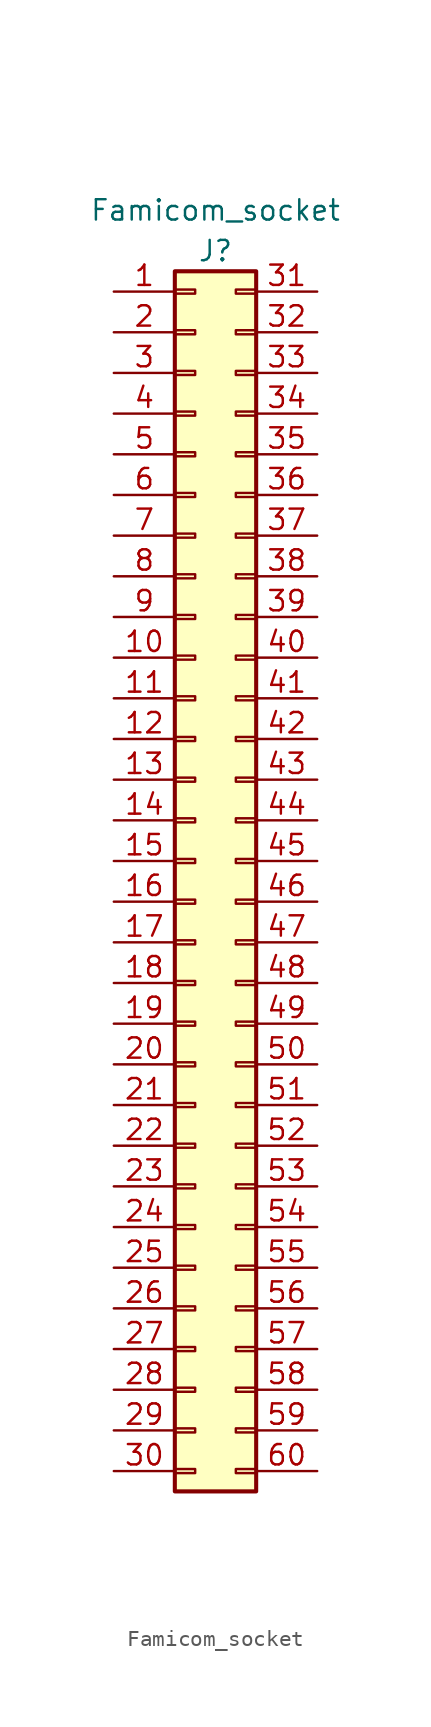
<source format=kicad_sym>
(kicad_symbol_lib
  (version 20211014)
  (generator kicad_symbol_editor)
  (symbol "Famicom_socket"
    (pin_names hide)
    (property "Reference" "J"
      (at 6.35 2.54 0)
      (effects (font (size 1.27 1.27))))
    (property "Value" "Famicom_socket"
      (at 6.35 5.08 0)
      (effects (font (size 1.27 1.27))))
    (symbol "Famicom_socket_1_1"
      (rectangle (start 3.81 -73.533) (end 5.08 -73.787) (stroke (width 0.152) (type default) (color 0 0 0 0)) (fill (type none)))
      (rectangle (start 3.81 -70.993) (end 5.08 -71.247) (stroke (width 0.152) (type default) (color 0 0 0 0)) (fill (type none)))
      (rectangle (start 3.81 -68.453) (end 5.08 -68.707) (stroke (width 0.152) (type default) (color 0 0 0 0)) (fill (type none)))
      (rectangle (start 3.81 -65.913) (end 5.08 -66.167) (stroke (width 0.152) (type default) (color 0 0 0 0)) (fill (type none)))
      (rectangle (start 3.81 -63.373) (end 5.08 -63.627) (stroke (width 0.152) (type default) (color 0 0 0 0)) (fill (type none)))
      (rectangle (start 3.81 -60.833) (end 5.08 -61.087) (stroke (width 0.152) (type default) (color 0 0 0 0)) (fill (type none)))
      (rectangle (start 3.81 -58.293) (end 5.08 -58.547) (stroke (width 0.152) (type default) (color 0 0 0 0)) (fill (type none)))
      (rectangle (start 3.81 -55.753) (end 5.08 -56.007) (stroke (width 0.152) (type default) (color 0 0 0 0)) (fill (type none)))
      (rectangle (start 3.81 -53.213) (end 5.08 -53.467) (stroke (width 0.152) (type default) (color 0 0 0 0)) (fill (type none)))
      (rectangle (start 3.81 -50.673) (end 5.08 -50.927) (stroke (width 0.152) (type default) (color 0 0 0 0)) (fill (type none)))
      (rectangle (start 3.81 -48.133) (end 5.08 -48.387) (stroke (width 0.152) (type default) (color 0 0 0 0)) (fill (type none)))
      (rectangle (start 3.81 -45.593) (end 5.08 -45.847) (stroke (width 0.152) (type default) (color 0 0 0 0)) (fill (type none)))
      (rectangle (start 3.81 -43.053) (end 5.08 -43.307) (stroke (width 0.152) (type default) (color 0 0 0 0)) (fill (type none)))
      (rectangle (start 3.81 -40.513) (end 5.08 -40.767) (stroke (width 0.152) (type default) (color 0 0 0 0)) (fill (type none)))
      (rectangle (start 3.81 -37.973) (end 5.08 -38.227) (stroke (width 0.152) (type default) (color 0 0 0 0)) (fill (type none)))
      (rectangle (start 3.81 -35.433) (end 5.08 -35.687) (stroke (width 0.152) (type default) (color 0 0 0 0)) (fill (type none)))
      (rectangle (start 3.81 -32.893) (end 5.08 -33.147) (stroke (width 0.152) (type default) (color 0 0 0 0)) (fill (type none)))
      (rectangle (start 3.81 -30.353) (end 5.08 -30.607) (stroke (width 0.152) (type default) (color 0 0 0 0)) (fill (type none)))
      (rectangle (start 3.81 -27.813) (end 5.08 -28.067) (stroke (width 0.152) (type default) (color 0 0 0 0)) (fill (type none)))
      (rectangle (start 3.81 -25.273) (end 5.08 -25.527) (stroke (width 0.152) (type default) (color 0 0 0 0)) (fill (type none)))
      (rectangle (start 3.81 -22.733) (end 5.08 -22.987) (stroke (width 0.152) (type default) (color 0 0 0 0)) (fill (type none)))
      (rectangle (start 3.81 -20.193) (end 5.08 -20.447) (stroke (width 0.152) (type default) (color 0 0 0 0)) (fill (type none)))
      (rectangle (start 3.81 -17.653) (end 5.08 -17.907) (stroke (width 0.152) (type default) (color 0 0 0 0)) (fill (type none)))
      (rectangle (start 3.81 -15.113) (end 5.08 -15.367) (stroke (width 0.152) (type default) (color 0 0 0 0)) (fill (type none)))
      (rectangle (start 3.81 -12.573) (end 5.08 -12.827) (stroke (width 0.152) (type default) (color 0 0 0 0)) (fill (type none)))
      (rectangle (start 3.81 -10.033) (end 5.08 -10.287) (stroke (width 0.152) (type default) (color 0 0 0 0)) (fill (type none)))
      (rectangle (start 3.81 -7.493) (end 5.08 -7.747) (stroke (width 0.152) (type default) (color 0 0 0 0)) (fill (type none)))
      (rectangle (start 3.81 -4.953) (end 5.08 -5.207) (stroke (width 0.152) (type default) (color 0 0 0 0)) (fill (type none)))
      (rectangle (start 3.81 -2.413) (end 5.08 -2.667) (stroke (width 0.152) (type default) (color 0 0 0 0)) (fill (type none)))
      (rectangle (start 3.81 0.127) (end 5.08 -0.127) (stroke (width 0.152) (type default) (color 0 0 0 0)) (fill (type none)))
      (rectangle (start 3.81 1.27) (end 8.89 -74.93) (stroke (width 0.254) (type default) (color 0 0 0 0)) (fill (type background)))
      (rectangle (start 8.89 -73.533) (end 7.62 -73.787) (stroke (width 0.152) (type default) (color 0 0 0 0)) (fill (type none)))
      (rectangle (start 8.89 -70.993) (end 7.62 -71.247) (stroke (width 0.152) (type default) (color 0 0 0 0)) (fill (type none)))
      (rectangle (start 8.89 -68.453) (end 7.62 -68.707) (stroke (width 0.152) (type default) (color 0 0 0 0)) (fill (type none)))
      (rectangle (start 8.89 -65.913) (end 7.62 -66.167) (stroke (width 0.152) (type default) (color 0 0 0 0)) (fill (type none)))
      (rectangle (start 8.89 -63.373) (end 7.62 -63.627) (stroke (width 0.152) (type default) (color 0 0 0 0)) (fill (type none)))
      (rectangle (start 8.89 -60.833) (end 7.62 -61.087) (stroke (width 0.152) (type default) (color 0 0 0 0)) (fill (type none)))
      (rectangle (start 8.89 -58.293) (end 7.62 -58.547) (stroke (width 0.152) (type default) (color 0 0 0 0)) (fill (type none)))
      (rectangle (start 8.89 -55.753) (end 7.62 -56.007) (stroke (width 0.152) (type default) (color 0 0 0 0)) (fill (type none)))
      (rectangle (start 8.89 -53.213) (end 7.62 -53.467) (stroke (width 0.152) (type default) (color 0 0 0 0)) (fill (type none)))
      (rectangle (start 8.89 -50.673) (end 7.62 -50.927) (stroke (width 0.152) (type default) (color 0 0 0 0)) (fill (type none)))
      (rectangle (start 8.89 -48.133) (end 7.62 -48.387) (stroke (width 0.152) (type default) (color 0 0 0 0)) (fill (type none)))
      (rectangle (start 8.89 -45.593) (end 7.62 -45.847) (stroke (width 0.152) (type default) (color 0 0 0 0)) (fill (type none)))
      (rectangle (start 8.89 -43.053) (end 7.62 -43.307) (stroke (width 0.152) (type default) (color 0 0 0 0)) (fill (type none)))
      (rectangle (start 8.89 -40.513) (end 7.62 -40.767) (stroke (width 0.152) (type default) (color 0 0 0 0)) (fill (type none)))
      (rectangle (start 8.89 -37.973) (end 7.62 -38.227) (stroke (width 0.152) (type default) (color 0 0 0 0)) (fill (type none)))
      (rectangle (start 8.89 -35.433) (end 7.62 -35.687) (stroke (width 0.152) (type default) (color 0 0 0 0)) (fill (type none)))
      (rectangle (start 8.89 -32.893) (end 7.62 -33.147) (stroke (width 0.152) (type default) (color 0 0 0 0)) (fill (type none)))
      (rectangle (start 8.89 -30.353) (end 7.62 -30.607) (stroke (width 0.152) (type default) (color 0 0 0 0)) (fill (type none)))
      (rectangle (start 8.89 -27.813) (end 7.62 -28.067) (stroke (width 0.152) (type default) (color 0 0 0 0)) (fill (type none)))
      (rectangle (start 8.89 -25.273) (end 7.62 -25.527) (stroke (width 0.152) (type default) (color 0 0 0 0)) (fill (type none)))
      (rectangle (start 8.89 -22.733) (end 7.62 -22.987) (stroke (width 0.152) (type default) (color 0 0 0 0)) (fill (type none)))
      (rectangle (start 8.89 -20.193) (end 7.62 -20.447) (stroke (width 0.152) (type default) (color 0 0 0 0)) (fill (type none)))
      (rectangle (start 8.89 -17.653) (end 7.62 -17.907) (stroke (width 0.152) (type default) (color 0 0 0 0)) (fill (type none)))
      (rectangle (start 8.89 -15.113) (end 7.62 -15.367) (stroke (width 0.152) (type default) (color 0 0 0 0)) (fill (type none)))
      (rectangle (start 8.89 -12.573) (end 7.62 -12.827) (stroke (width 0.152) (type default) (color 0 0 0 0)) (fill (type none)))
      (rectangle (start 8.89 -10.033) (end 7.62 -10.287) (stroke (width 0.152) (type default) (color 0 0 0 0)) (fill (type none)))
      (rectangle (start 8.89 -7.493) (end 7.62 -7.747) (stroke (width 0.152) (type default) (color 0 0 0 0)) (fill (type none)))
      (rectangle (start 8.89 -4.953) (end 7.62 -5.207) (stroke (width 0.152) (type default) (color 0 0 0 0)) (fill (type none)))
      (rectangle (start 8.89 -2.413) (end 7.62 -2.667) (stroke (width 0.152) (type default) (color 0 0 0 0)) (fill (type none)))
      (rectangle (start 8.89 0.127) (end 7.62 -0.127) (stroke (width 0.152) (type default) (color 0 0 0 0)) (fill (type none)))
      (pin passive line (at 0 0 0) (length 3.81) (name "Pin_1" (effects (font (size 1.27 1.27)))) (number "1" (effects (font (size 1.27 1.27)))))
      (pin passive line (at 0 -22.86 0) (length 3.81) (name "Pin_10" (effects (font (size 1.27 1.27)))) (number "10" (effects (font (size 1.27 1.27)))))
      (pin passive line (at 0 -25.4 0) (length 3.81) (name "Pin_11" (effects (font (size 1.27 1.27)))) (number "11" (effects (font (size 1.27 1.27)))))
      (pin passive line (at 0 -27.94 0) (length 3.81) (name "Pin_12" (effects (font (size 1.27 1.27)))) (number "12" (effects (font (size 1.27 1.27)))))
      (pin passive line (at 0 -30.48 0) (length 3.81) (name "Pin_13" (effects (font (size 1.27 1.27)))) (number "13" (effects (font (size 1.27 1.27)))))
      (pin passive line (at 0 -33.02 0) (length 3.81) (name "Pin_14" (effects (font (size 1.27 1.27)))) (number "14" (effects (font (size 1.27 1.27)))))
      (pin passive line (at 0 -35.56 0) (length 3.81) (name "Pin_15" (effects (font (size 1.27 1.27)))) (number "15" (effects (font (size 1.27 1.27)))))
      (pin passive line (at 0 -38.1 0) (length 3.81) (name "Pin_16" (effects (font (size 1.27 1.27)))) (number "16" (effects (font (size 1.27 1.27)))))
      (pin passive line (at 0 -40.64 0) (length 3.81) (name "Pin_17" (effects (font (size 1.27 1.27)))) (number "17" (effects (font (size 1.27 1.27)))))
      (pin passive line (at 0 -43.18 0) (length 3.81) (name "Pin_18" (effects (font (size 1.27 1.27)))) (number "18" (effects (font (size 1.27 1.27)))))
      (pin passive line (at 0 -45.72 0) (length 3.81) (name "Pin_19" (effects (font (size 1.27 1.27)))) (number "19" (effects (font (size 1.27 1.27)))))
      (pin passive line (at 0 -2.54 0) (length 3.81) (name "Pin_2" (effects (font (size 1.27 1.27)))) (number "2" (effects (font (size 1.27 1.27)))))
      (pin passive line (at 0 -48.26 0) (length 3.81) (name "Pin_20" (effects (font (size 1.27 1.27)))) (number "20" (effects (font (size 1.27 1.27)))))
      (pin passive line (at 0 -50.8 0) (length 3.81) (name "Pin_21" (effects (font (size 1.27 1.27)))) (number "21" (effects (font (size 1.27 1.27)))))
      (pin passive line (at 0 -53.34 0) (length 3.81) (name "Pin_22" (effects (font (size 1.27 1.27)))) (number "22" (effects (font (size 1.27 1.27)))))
      (pin passive line (at 0 -55.88 0) (length 3.81) (name "Pin_23" (effects (font (size 1.27 1.27)))) (number "23" (effects (font (size 1.27 1.27)))))
      (pin passive line (at 0 -58.42 0) (length 3.81) (name "Pin_24" (effects (font (size 1.27 1.27)))) (number "24" (effects (font (size 1.27 1.27)))))
      (pin passive line (at 0 -60.96 0) (length 3.81) (name "Pin_25" (effects (font (size 1.27 1.27)))) (number "25" (effects (font (size 1.27 1.27)))))
      (pin passive line (at 0 -63.5 0) (length 3.81) (name "Pin_26" (effects (font (size 1.27 1.27)))) (number "26" (effects (font (size 1.27 1.27)))))
      (pin passive line (at 0 -66.04 0) (length 3.81) (name "Pin_27" (effects (font (size 1.27 1.27)))) (number "27" (effects (font (size 1.27 1.27)))))
      (pin passive line (at 0 -68.58 0) (length 3.81) (name "Pin_28" (effects (font (size 1.27 1.27)))) (number "28" (effects (font (size 1.27 1.27)))))
      (pin passive line (at 0 -71.12 0) (length 3.81) (name "Pin_29" (effects (font (size 1.27 1.27)))) (number "29" (effects (font (size 1.27 1.27)))))
      (pin passive line (at 0 -5.08 0) (length 3.81) (name "Pin_3" (effects (font (size 1.27 1.27)))) (number "3" (effects (font (size 1.27 1.27)))))
      (pin passive line (at 0 -73.66 0) (length 3.81) (name "Pin_30" (effects (font (size 1.27 1.27)))) (number "30" (effects (font (size 1.27 1.27)))))
      (pin passive line (at 12.7 0 180) (length 3.81) (name "Pin_31" (effects (font (size 1.27 1.27)))) (number "31" (effects (font (size 1.27 1.27)))))
      (pin passive line (at 12.7 -2.54 180) (length 3.81) (name "Pin_32" (effects (font (size 1.27 1.27)))) (number "32" (effects (font (size 1.27 1.27)))))
      (pin passive line (at 12.7 -5.08 180) (length 3.81) (name "Pin_33" (effects (font (size 1.27 1.27)))) (number "33" (effects (font (size 1.27 1.27)))))
      (pin passive line (at 12.7 -7.62 180) (length 3.81) (name "Pin_34" (effects (font (size 1.27 1.27)))) (number "34" (effects (font (size 1.27 1.27)))))
      (pin passive line (at 12.7 -10.16 180) (length 3.81) (name "Pin_35" (effects (font (size 1.27 1.27)))) (number "35" (effects (font (size 1.27 1.27)))))
      (pin passive line (at 12.7 -12.7 180) (length 3.81) (name "Pin_36" (effects (font (size 1.27 1.27)))) (number "36" (effects (font (size 1.27 1.27)))))
      (pin passive line (at 12.7 -15.24 180) (length 3.81) (name "Pin_37" (effects (font (size 1.27 1.27)))) (number "37" (effects (font (size 1.27 1.27)))))
      (pin passive line (at 12.7 -17.78 180) (length 3.81) (name "Pin_38" (effects (font (size 1.27 1.27)))) (number "38" (effects (font (size 1.27 1.27)))))
      (pin passive line (at 12.7 -20.32 180) (length 3.81) (name "Pin_39" (effects (font (size 1.27 1.27)))) (number "39" (effects (font (size 1.27 1.27)))))
      (pin passive line (at 0 -7.62 0) (length 3.81) (name "Pin_4" (effects (font (size 1.27 1.27)))) (number "4" (effects (font (size 1.27 1.27)))))
      (pin passive line (at 12.7 -22.86 180) (length 3.81) (name "Pin_40" (effects (font (size 1.27 1.27)))) (number "40" (effects (font (size 1.27 1.27)))))
      (pin passive line (at 12.7 -25.4 180) (length 3.81) (name "Pin_41" (effects (font (size 1.27 1.27)))) (number "41" (effects (font (size 1.27 1.27)))))
      (pin passive line (at 12.7 -27.94 180) (length 3.81) (name "Pin_42" (effects (font (size 1.27 1.27)))) (number "42" (effects (font (size 1.27 1.27)))))
      (pin passive line (at 12.7 -30.48 180) (length 3.81) (name "Pin_43" (effects (font (size 1.27 1.27)))) (number "43" (effects (font (size 1.27 1.27)))))
      (pin passive line (at 12.7 -33.02 180) (length 3.81) (name "Pin_44" (effects (font (size 1.27 1.27)))) (number "44" (effects (font (size 1.27 1.27)))))
      (pin passive line (at 12.7 -35.56 180) (length 3.81) (name "Pin_45" (effects (font (size 1.27 1.27)))) (number "45" (effects (font (size 1.27 1.27)))))
      (pin passive line (at 12.7 -38.1 180) (length 3.81) (name "Pin_46" (effects (font (size 1.27 1.27)))) (number "46" (effects (font (size 1.27 1.27)))))
      (pin passive line (at 12.7 -40.64 180) (length 3.81) (name "Pin_47" (effects (font (size 1.27 1.27)))) (number "47" (effects (font (size 1.27 1.27)))))
      (pin passive line (at 12.7 -43.18 180) (length 3.81) (name "Pin_48" (effects (font (size 1.27 1.27)))) (number "48" (effects (font (size 1.27 1.27)))))
      (pin passive line (at 12.7 -45.72 180) (length 3.81) (name "Pin_49" (effects (font (size 1.27 1.27)))) (number "49" (effects (font (size 1.27 1.27)))))
      (pin passive line (at 0 -10.16 0) (length 3.81) (name "Pin_5" (effects (font (size 1.27 1.27)))) (number "5" (effects (font (size 1.27 1.27)))))
      (pin passive line (at 12.7 -48.26 180) (length 3.81) (name "Pin_50" (effects (font (size 1.27 1.27)))) (number "50" (effects (font (size 1.27 1.27)))))
      (pin passive line (at 12.7 -50.8 180) (length 3.81) (name "Pin_51" (effects (font (size 1.27 1.27)))) (number "51" (effects (font (size 1.27 1.27)))))
      (pin passive line (at 12.7 -53.34 180) (length 3.81) (name "Pin_52" (effects (font (size 1.27 1.27)))) (number "52" (effects (font (size 1.27 1.27)))))
      (pin passive line (at 12.7 -55.88 180) (length 3.81) (name "Pin_53" (effects (font (size 1.27 1.27)))) (number "53" (effects (font (size 1.27 1.27)))))
      (pin passive line (at 12.7 -58.42 180) (length 3.81) (name "Pin_54" (effects (font (size 1.27 1.27)))) (number "54" (effects (font (size 1.27 1.27)))))
      (pin passive line (at 12.7 -60.96 180) (length 3.81) (name "Pin_55" (effects (font (size 1.27 1.27)))) (number "55" (effects (font (size 1.27 1.27)))))
      (pin passive line (at 12.7 -63.5 180) (length 3.81) (name "Pin_56" (effects (font (size 1.27 1.27)))) (number "56" (effects (font (size 1.27 1.27)))))
      (pin passive line (at 12.7 -66.04 180) (length 3.81) (name "Pin_57" (effects (font (size 1.27 1.27)))) (number "57" (effects (font (size 1.27 1.27)))))
      (pin passive line (at 12.7 -68.58 180) (length 3.81) (name "Pin_58" (effects (font (size 1.27 1.27)))) (number "58" (effects (font (size 1.27 1.27)))))
      (pin passive line (at 12.7 -71.12 180) (length 3.81) (name "Pin_59" (effects (font (size 1.27 1.27)))) (number "59" (effects (font (size 1.27 1.27)))))
      (pin passive line (at 0 -12.7 0) (length 3.81) (name "Pin_6" (effects (font (size 1.27 1.27)))) (number "6" (effects (font (size 1.27 1.27)))))
      (pin passive line (at 12.7 -73.66 180) (length 3.81) (name "Pin_60" (effects (font (size 1.27 1.27)))) (number "60" (effects (font (size 1.27 1.27)))))
      (pin passive line (at 0 -15.24 0) (length 3.81) (name "Pin_7" (effects (font (size 1.27 1.27)))) (number "7" (effects (font (size 1.27 1.27)))))
      (pin passive line (at 0 -17.78 0) (length 3.81) (name "Pin_8" (effects (font (size 1.27 1.27)))) (number "8" (effects (font (size 1.27 1.27)))))
      (pin passive line (at 0 -20.32 0) (length 3.81) (name "Pin_9" (effects (font (size 1.27 1.27)))) (number "9" (effects (font (size 1.27 1.27))))))))
</source>
